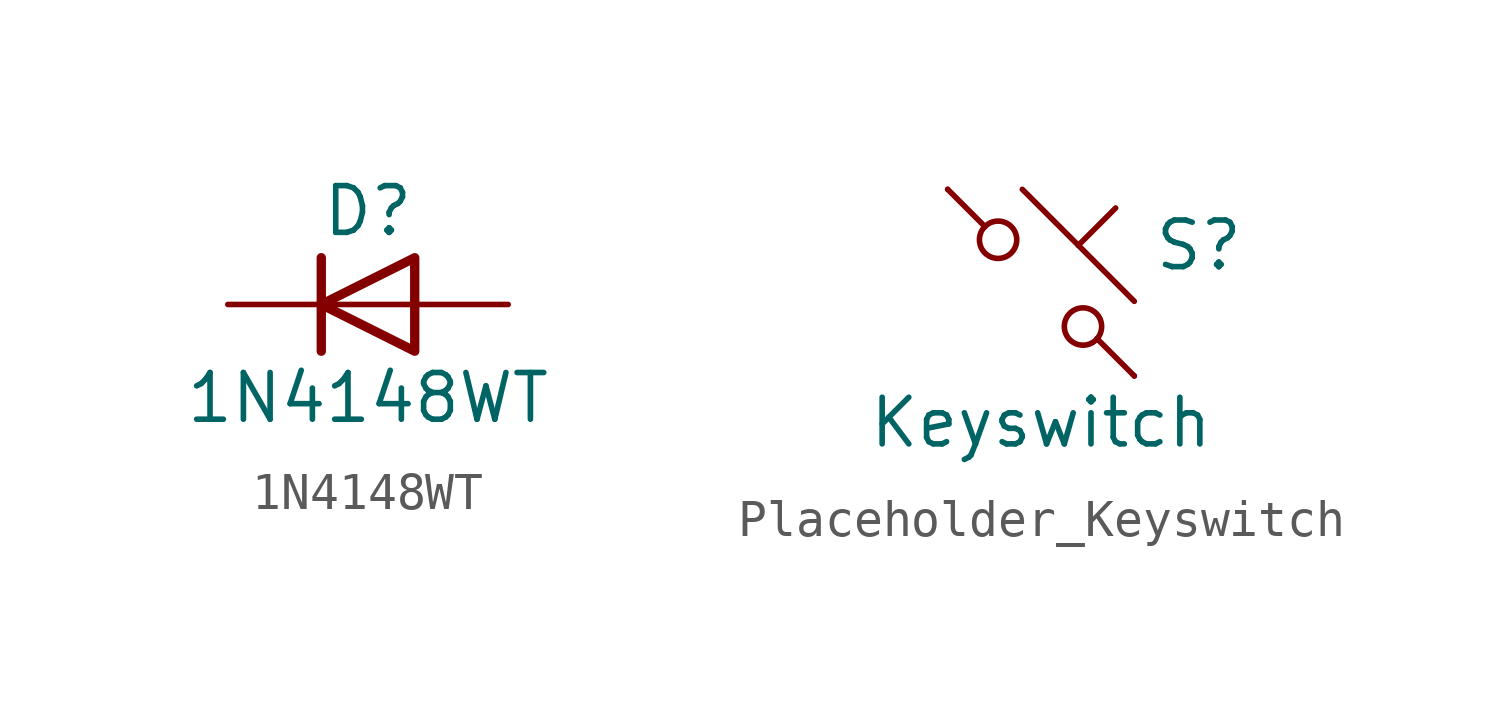
<source format=kicad_sym>
(kicad_symbol_lib
  (version 20241209)
  (generator "kicad_symbol_editor")
  (generator_version "9.0")
  (symbol "1N4148WT"
    (pin_numbers
      (hide yes))
    (pin_names
      (hide yes))
    (property "Reference" "D"
      (at 0 2.54 0)
      (effects (font (size 1.27 1.27))))
    (property "Value" "1N4148WT"
      (at 0 -2.54 0)
      (effects (font (size 1.27 1.27))))
    (symbol "1N4148WT_0_1"
      (polyline (pts (xy -1.27 1.27) (xy -1.27 -1.27)) (stroke (width 0.254) (type default)) (fill (type none)))
      (polyline (pts (xy 1.27 1.27) (xy 1.27 -1.27) (xy -1.27 0) (xy 1.27 1.27)) (stroke (width 0.254) (type default)) (fill (type none)))
      (polyline (pts (xy 1.27 0) (xy -1.27 0)) (stroke (width 0) (type default)) (fill (type none))))
    (symbol "1N4148WT_1_1"
      (pin passive line (at -3.81 0 0) (length 2.54) (name "K" (effects (font (size 1.27 1.27)))) (number "1" (effects (font (size 1.27 1.27)))))
      (pin passive line (at 3.81 0 180) (length 2.54) (name "A" (effects (font (size 1.27 1.27)))) (number "2" (effects (font (size 1.27 1.27)))))))
  (symbol "Placeholder_Keyswitch"
    (pin_numbers
      (hide yes))
    (pin_names
      (offset 1.016)
      (hide yes))
    (property "Reference" "S"
      (at 3.048 1.016 0)
      (effects (font (size 1.27 1.27)) (justify left)))
    (property "Value" "Keyswitch"
      (at 0 -3.81 0)
      (effects (font (size 1.27 1.27))))
    (symbol "Placeholder_Keyswitch_0_1"
      (polyline (pts (xy -2.54 2.54) (xy -1.524 1.524) (xy -1.524 1.524)) (stroke (width 0) (type default)) (fill (type none)))
      (circle (center -1.168 1.168) (radius 0.508) (stroke (width 0) (type default)) (fill (type none)))
      (polyline (pts (xy -0.508 2.54) (xy 2.54 -0.508)) (stroke (width 0) (type default)) (fill (type none)))
      (polyline (pts (xy 1.016 1.016) (xy 2.032 2.032)) (stroke (width 0) (type default)) (fill (type none)))
      (circle (center 1.143 -1.194) (radius 0.508) (stroke (width 0) (type default)) (fill (type none)))
      (polyline (pts (xy 1.524 -1.524) (xy 2.54 -2.54) (xy 2.54 -2.54) (xy 2.54 -2.54)) (stroke (width 0) (type default)) (fill (type none)))
      (pin passive line (at -2.54 2.54 0) (length 0) (name "1" (effects (font (size 1.27 1.27)))) (number "1" (effects (font (size 1.27 1.27)))))
      (pin passive line (at 2.54 -2.54 180) (length 0) (name "2" (effects (font (size 1.27 1.27)))) (number "2" (effects (font (size 1.27 1.27))))))))
</source>
